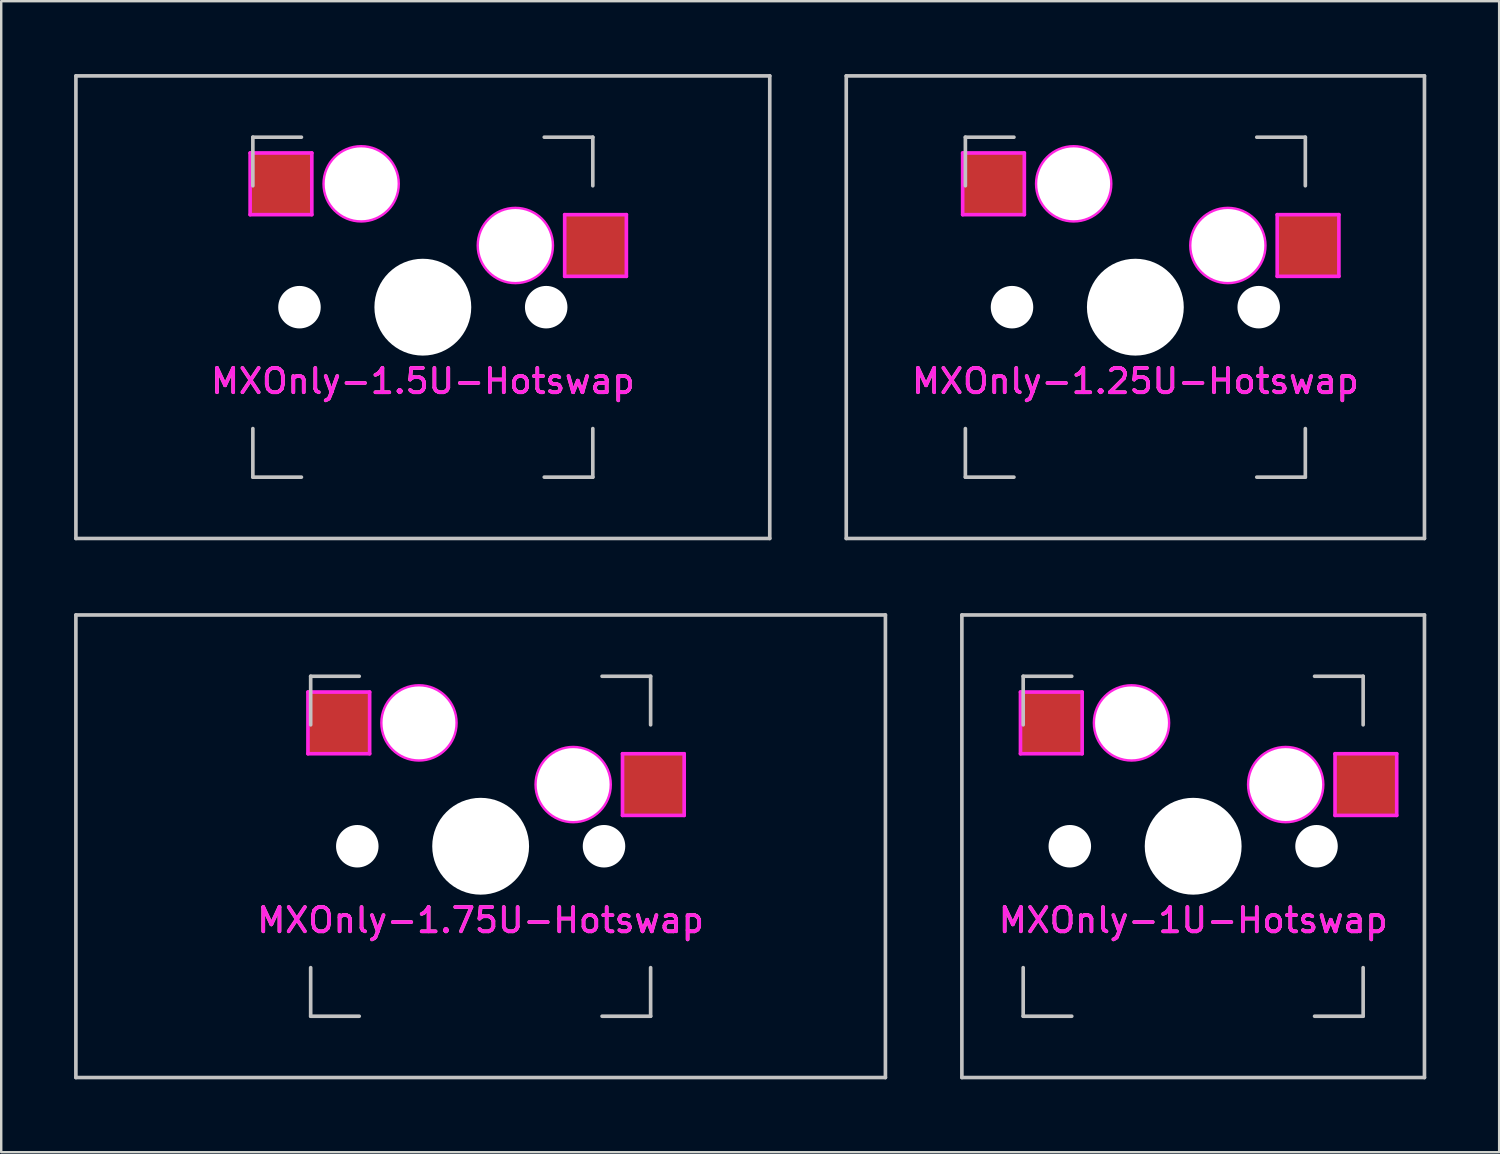
<source format=kicad_pcb>
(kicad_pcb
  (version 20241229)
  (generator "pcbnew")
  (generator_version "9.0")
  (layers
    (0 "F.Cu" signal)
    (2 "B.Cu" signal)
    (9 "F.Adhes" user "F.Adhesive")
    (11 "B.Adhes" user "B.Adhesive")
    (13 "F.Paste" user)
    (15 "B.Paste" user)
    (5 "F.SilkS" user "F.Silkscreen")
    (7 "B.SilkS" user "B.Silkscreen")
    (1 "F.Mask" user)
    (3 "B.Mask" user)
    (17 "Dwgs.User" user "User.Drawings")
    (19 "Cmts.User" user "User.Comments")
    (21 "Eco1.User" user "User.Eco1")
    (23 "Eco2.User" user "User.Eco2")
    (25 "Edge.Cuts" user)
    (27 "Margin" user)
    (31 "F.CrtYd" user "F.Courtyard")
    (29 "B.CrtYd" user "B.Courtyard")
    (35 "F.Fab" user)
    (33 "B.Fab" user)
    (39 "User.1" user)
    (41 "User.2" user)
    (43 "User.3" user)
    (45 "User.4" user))
  (footprint "MXOnly-1.5U-Hotswap"
    (layer "F.Cu")
    (at 14.363 9.6)
    (property "Reference" "MXOnly-1.5U-Hotswap" (at 0 3.048 0) (layer "F.CrtYd") (effects (font (size 1 1) (thickness 0.15))))
    (attr smd)
    (fp_line (start -14.287 -9.525) (end -14.287 9.525) (stroke (width 0.15) (type solid)) (layer "Dwgs.User"))
    (fp_line (start -14.287 9.525) (end 14.287 9.525) (stroke (width 0.15) (type solid)) (layer "Dwgs.User"))
    (fp_line (start -7 -7) (end -7 -5) (stroke (width 0.15) (type solid)) (layer "Dwgs.User"))
    (fp_line (start -7 7) (end -7 5) (stroke (width 0.15) (type solid)) (layer "Dwgs.User"))
    (fp_line (start -5 -7) (end -7 -7) (stroke (width 0.15) (type solid)) (layer "Dwgs.User"))
    (fp_line (start -5 7) (end -7 7) (stroke (width 0.15) (type solid)) (layer "Dwgs.User"))
    (fp_line (start 5 -7) (end 7 -7) (stroke (width 0.15) (type solid)) (layer "Dwgs.User"))
    (fp_line (start 7 -7) (end 7 -5) (stroke (width 0.15) (type solid)) (layer "Dwgs.User"))
    (fp_line (start 7 5) (end 7 7) (stroke (width 0.15) (type solid)) (layer "Dwgs.User"))
    (fp_line (start 7 7) (end 5 7) (stroke (width 0.15) (type solid)) (layer "Dwgs.User"))
    (fp_line (start 14.287 -9.525) (end -14.287 -9.525) (stroke (width 0.15) (type solid)) (layer "Dwgs.User"))
    (fp_line (start 14.287 9.525) (end 14.287 -9.525) (stroke (width 0.15) (type solid)) (layer "Dwgs.User"))
    (fp_line (start -7.112 -6.35) (end -7.112 -3.81) (stroke (width 0.15) (type solid)) (layer "F.CrtYd"))
    (fp_line (start -7.112 -3.81) (end -4.572 -3.81) (stroke (width 0.15) (type solid)) (layer "F.CrtYd"))
    (fp_line (start -4.572 -6.35) (end -7.112 -6.35) (stroke (width 0.15) (type solid)) (layer "F.CrtYd"))
    (fp_line (start -4.572 -3.81) (end -4.572 -6.35) (stroke (width 0.15) (type solid)) (layer "F.CrtYd"))
    (fp_line (start 5.842 -3.81) (end 5.842 -1.27) (stroke (width 0.15) (type solid)) (layer "F.CrtYd"))
    (fp_line (start 5.842 -1.27) (end 8.382 -1.27) (stroke (width 0.15) (type solid)) (layer "F.CrtYd"))
    (fp_line (start 8.382 -3.81) (end 5.842 -3.81) (stroke (width 0.15) (type solid)) (layer "F.CrtYd"))
    (fp_line (start 8.382 -1.27) (end 8.382 -3.81) (stroke (width 0.15) (type solid)) (layer "F.CrtYd"))
    (fp_circle (center -2.54 -5.08) (end -2.54 -6.604) (stroke (width 0.15) (type solid)) (fill no) (layer "F.CrtYd"))
    (fp_circle (center 3.81 -2.54) (end 3.81 -4.064) (stroke (width 0.15) (type solid)) (fill no) (layer "F.CrtYd"))
    (fp_text user "${REFERENCE}" (at 0 3.048 0) (layer "F.SilkS") (effects (font (size 1 1) (thickness 0.15))))
    (pad "" np_thru_hole circle (at -5.08 0 311.9) (size 1.75 1.75) (drill 1.75) (layers "*.Cu" "*.Mask"))
    (pad "" np_thru_hole circle (at -2.54 -5.08) (size 3 3) (drill 3) (layers "*.Cu" "*.Mask"))
    (pad "" np_thru_hole circle (at 0 0) (size 3.988 3.988) (drill 3.988) (layers "*.Cu" "*.Mask"))
    (pad "" np_thru_hole circle (at 3.81 -2.54) (size 3 3) (drill 3) (layers "*.Cu" "*.Mask"))
    (pad "" np_thru_hole circle (at 5.08 0 311.9) (size 1.75 1.75) (drill 1.75) (layers "*.Cu" "*.Mask"))
    (pad "1" smd rect (at 7.085 -2.54) (size 2.55 2.5) (layers "F.Cu" "F.Mask" "F.Paste"))
    (pad "2" smd rect (at -5.842 -5.08) (size 2.55 2.5) (layers "F.Cu" "F.Mask" "F.Paste")))
  (footprint "MXOnly-1.75U-Hotswap"
    (layer "F.Cu")
    (at 16.744 31.8)
    (property "Reference" "MXOnly-1.75U-Hotswap" (at 0 3.048 0) (layer "F.CrtYd") (effects (font (size 1 1) (thickness 0.15))))
    (attr smd)
    (fp_line (start -16.669 -9.525) (end 16.669 -9.525) (stroke (width 0.15) (type solid)) (layer "Dwgs.User"))
    (fp_line (start -16.669 9.525) (end -16.669 -9.525) (stroke (width 0.15) (type solid)) (layer "Dwgs.User"))
    (fp_line (start -7 -7) (end -7 -5) (stroke (width 0.15) (type solid)) (layer "Dwgs.User"))
    (fp_line (start -7 7) (end -7 5) (stroke (width 0.15) (type solid)) (layer "Dwgs.User"))
    (fp_line (start -5 -7) (end -7 -7) (stroke (width 0.15) (type solid)) (layer "Dwgs.User"))
    (fp_line (start -5 7) (end -7 7) (stroke (width 0.15) (type solid)) (layer "Dwgs.User"))
    (fp_line (start 5 -7) (end 7 -7) (stroke (width 0.15) (type solid)) (layer "Dwgs.User"))
    (fp_line (start 7 -7) (end 7 -5) (stroke (width 0.15) (type solid)) (layer "Dwgs.User"))
    (fp_line (start 7 5) (end 7 7) (stroke (width 0.15) (type solid)) (layer "Dwgs.User"))
    (fp_line (start 7 7) (end 5 7) (stroke (width 0.15) (type solid)) (layer "Dwgs.User"))
    (fp_line (start 16.669 -9.525) (end 16.669 9.525) (stroke (width 0.15) (type solid)) (layer "Dwgs.User"))
    (fp_line (start 16.669 9.525) (end -16.669 9.525) (stroke (width 0.15) (type solid)) (layer "Dwgs.User"))
    (fp_line (start -7.112 -6.35) (end -7.112 -3.81) (stroke (width 0.15) (type solid)) (layer "F.CrtYd"))
    (fp_line (start -7.112 -3.81) (end -4.572 -3.81) (stroke (width 0.15) (type solid)) (layer "F.CrtYd"))
    (fp_line (start -4.572 -6.35) (end -7.112 -6.35) (stroke (width 0.15) (type solid)) (layer "F.CrtYd"))
    (fp_line (start -4.572 -3.81) (end -4.572 -6.35) (stroke (width 0.15) (type solid)) (layer "F.CrtYd"))
    (fp_line (start 5.842 -3.81) (end 5.842 -1.27) (stroke (width 0.15) (type solid)) (layer "F.CrtYd"))
    (fp_line (start 5.842 -1.27) (end 8.382 -1.27) (stroke (width 0.15) (type solid)) (layer "F.CrtYd"))
    (fp_line (start 8.382 -3.81) (end 5.842 -3.81) (stroke (width 0.15) (type solid)) (layer "F.CrtYd"))
    (fp_line (start 8.382 -1.27) (end 8.382 -3.81) (stroke (width 0.15) (type solid)) (layer "F.CrtYd"))
    (fp_circle (center -2.54 -5.08) (end -2.54 -6.604) (stroke (width 0.15) (type solid)) (fill no) (layer "F.CrtYd"))
    (fp_circle (center 3.81 -2.54) (end 3.81 -4.064) (stroke (width 0.15) (type solid)) (fill no) (layer "F.CrtYd"))
    (fp_text user "${REFERENCE}" (at 0 3.048 0) (layer "F.SilkS") (effects (font (size 1 1) (thickness 0.15))))
    (pad "" np_thru_hole circle (at -5.08 0 311.9) (size 1.75 1.75) (drill 1.75) (layers "*.Cu" "*.Mask"))
    (pad "" np_thru_hole circle (at -2.54 -5.08) (size 3 3) (drill 3) (layers "*.Cu" "*.Mask"))
    (pad "" np_thru_hole circle (at 0 0) (size 3.988 3.988) (drill 3.988) (layers "*.Cu" "*.Mask"))
    (pad "" np_thru_hole circle (at 3.81 -2.54) (size 3 3) (drill 3) (layers "*.Cu" "*.Mask"))
    (pad "" np_thru_hole circle (at 5.08 0 311.9) (size 1.75 1.75) (drill 1.75) (layers "*.Cu" "*.Mask"))
    (pad "1" smd rect (at 7.085 -2.54) (size 2.55 2.5) (layers "F.Cu" "F.Mask" "F.Paste"))
    (pad "2" smd rect (at -5.842 -5.08) (size 2.55 2.5) (layers "F.Cu" "F.Mask" "F.Paste")))
  (footprint "MXOnly-1U-Hotswap"
    (layer "F.Cu")
    (at 46.087 31.8)
    (property "Reference" "MXOnly-1U-Hotswap" (at 0 3.048 0) (layer "F.CrtYd") (effects (font (size 1 1) (thickness 0.15))))
    (attr smd)
    (fp_line (start -9.525 -9.525) (end -9.525 9.525) (stroke (width 0.15) (type solid)) (layer "Dwgs.User"))
    (fp_line (start -9.525 9.525) (end 9.525 9.525) (stroke (width 0.15) (type solid)) (layer "Dwgs.User"))
    (fp_line (start -7 -7) (end -7 -5) (stroke (width 0.15) (type solid)) (layer "Dwgs.User"))
    (fp_line (start -7 7) (end -7 5) (stroke (width 0.15) (type solid)) (layer "Dwgs.User"))
    (fp_line (start -5 -7) (end -7 -7) (stroke (width 0.15) (type solid)) (layer "Dwgs.User"))
    (fp_line (start -5 7) (end -7 7) (stroke (width 0.15) (type solid)) (layer "Dwgs.User"))
    (fp_line (start 5 -7) (end 7 -7) (stroke (width 0.15) (type solid)) (layer "Dwgs.User"))
    (fp_line (start 7 -7) (end 7 -5) (stroke (width 0.15) (type solid)) (layer "Dwgs.User"))
    (fp_line (start 7 5) (end 7 7) (stroke (width 0.15) (type solid)) (layer "Dwgs.User"))
    (fp_line (start 7 7) (end 5 7) (stroke (width 0.15) (type solid)) (layer "Dwgs.User"))
    (fp_line (start 9.525 -9.525) (end -9.525 -9.525) (stroke (width 0.15) (type solid)) (layer "Dwgs.User"))
    (fp_line (start 9.525 9.525) (end 9.525 -9.525) (stroke (width 0.15) (type solid)) (layer "Dwgs.User"))
    (fp_line (start -7.112 -6.35) (end -7.112 -3.81) (stroke (width 0.15) (type solid)) (layer "F.CrtYd"))
    (fp_line (start -7.112 -3.81) (end -4.572 -3.81) (stroke (width 0.15) (type solid)) (layer "F.CrtYd"))
    (fp_line (start -4.572 -6.35) (end -7.112 -6.35) (stroke (width 0.15) (type solid)) (layer "F.CrtYd"))
    (fp_line (start -4.572 -3.81) (end -4.572 -6.35) (stroke (width 0.15) (type solid)) (layer "F.CrtYd"))
    (fp_line (start 5.842 -3.81) (end 8.382 -3.81) (stroke (width 0.15) (type solid)) (layer "F.CrtYd"))
    (fp_line (start 5.842 -1.27) (end 5.842 -3.81) (stroke (width 0.15) (type solid)) (layer "F.CrtYd"))
    (fp_line (start 8.382 -3.81) (end 8.382 -1.27) (stroke (width 0.15) (type solid)) (layer "F.CrtYd"))
    (fp_line (start 8.382 -1.27) (end 5.842 -1.27) (stroke (width 0.15) (type solid)) (layer "F.CrtYd"))
    (fp_circle (center -2.54 -5.08) (end -2.54 -6.604) (stroke (width 0.15) (type solid)) (fill no) (layer "F.CrtYd"))
    (fp_circle (center 3.81 -2.54) (end 3.81 -4.064) (stroke (width 0.15) (type solid)) (fill no) (layer "F.CrtYd"))
    (fp_text user "${REFERENCE}" (at 0 3.048 0) (layer "F.SilkS") (effects (font (size 1 1) (thickness 0.15))))
    (pad "" np_thru_hole circle (at -5.08 0 311.9) (size 1.75 1.75) (drill 1.75) (layers "*.Cu" "*.Mask"))
    (pad "" np_thru_hole circle (at -2.54 -5.08) (size 3 3) (drill 3) (layers "*.Cu" "*.Mask"))
    (pad "" np_thru_hole circle (at 0 0) (size 3.988 3.988) (drill 3.988) (layers "*.Cu" "*.Mask"))
    (pad "" np_thru_hole circle (at 3.81 -2.54) (size 3 3) (drill 3) (layers "*.Cu" "*.Mask"))
    (pad "" np_thru_hole circle (at 5.08 0 311.9) (size 1.75 1.75) (drill 1.75) (layers "*.Cu" "*.Mask"))
    (pad "1" smd rect (at 7.085 -2.54) (size 2.55 2.5) (layers "F.Cu" "F.Mask" "F.Paste"))
    (pad "2" smd rect (at -5.842 -5.08) (size 2.55 2.5) (layers "F.Cu" "F.Mask" "F.Paste")))
  (footprint "MXOnly-1.25U-Hotswap"
    (layer "F.Cu")
    (at 43.706 9.6)
    (property "Reference" "MXOnly-1.25U-Hotswap" (at 0 3.048 0) (layer "F.CrtYd") (effects (font (size 1 1) (thickness 0.15))))
    (attr smd)
    (fp_line (start -11.906 -9.525) (end -11.906 9.525) (stroke (width 0.15) (type solid)) (layer "Dwgs.User"))
    (fp_line (start -11.906 9.525) (end 11.906 9.525) (stroke (width 0.15) (type solid)) (layer "Dwgs.User"))
    (fp_line (start -7 -7) (end -7 -5) (stroke (width 0.15) (type solid)) (layer "Dwgs.User"))
    (fp_line (start -7 7) (end -7 5) (stroke (width 0.15) (type solid)) (layer "Dwgs.User"))
    (fp_line (start -5 -7) (end -7 -7) (stroke (width 0.15) (type solid)) (layer "Dwgs.User"))
    (fp_line (start -5 7) (end -7 7) (stroke (width 0.15) (type solid)) (layer "Dwgs.User"))
    (fp_line (start 5 -7) (end 7 -7) (stroke (width 0.15) (type solid)) (layer "Dwgs.User"))
    (fp_line (start 7 -7) (end 7 -5) (stroke (width 0.15) (type solid)) (layer "Dwgs.User"))
    (fp_line (start 7 5) (end 7 7) (stroke (width 0.15) (type solid)) (layer "Dwgs.User"))
    (fp_line (start 7 7) (end 5 7) (stroke (width 0.15) (type solid)) (layer "Dwgs.User"))
    (fp_line (start 11.906 -9.525) (end -11.906 -9.525) (stroke (width 0.15) (type solid)) (layer "Dwgs.User"))
    (fp_line (start 11.906 9.525) (end 11.906 -9.525) (stroke (width 0.15) (type solid)) (layer "Dwgs.User"))
    (fp_line (start -7.112 -6.35) (end -7.112 -3.81) (stroke (width 0.15) (type solid)) (layer "F.CrtYd"))
    (fp_line (start -7.112 -3.81) (end -4.572 -3.81) (stroke (width 0.15) (type solid)) (layer "F.CrtYd"))
    (fp_line (start -4.572 -6.35) (end -7.112 -6.35) (stroke (width 0.15) (type solid)) (layer "F.CrtYd"))
    (fp_line (start -4.572 -3.81) (end -4.572 -6.35) (stroke (width 0.15) (type solid)) (layer "F.CrtYd"))
    (fp_line (start 5.842 -3.81) (end 5.842 -1.27) (stroke (width 0.15) (type solid)) (layer "F.CrtYd"))
    (fp_line (start 5.842 -1.27) (end 8.382 -1.27) (stroke (width 0.15) (type solid)) (layer "F.CrtYd"))
    (fp_line (start 8.382 -3.81) (end 5.842 -3.81) (stroke (width 0.15) (type solid)) (layer "F.CrtYd"))
    (fp_line (start 8.382 -1.27) (end 8.382 -3.81) (stroke (width 0.15) (type solid)) (layer "F.CrtYd"))
    (fp_circle (center -2.54 -5.08) (end -2.54 -6.604) (stroke (width 0.15) (type solid)) (fill no) (layer "F.CrtYd"))
    (fp_circle (center 3.81 -2.54) (end 3.81 -4.064) (stroke (width 0.15) (type solid)) (fill no) (layer "F.CrtYd"))
    (fp_text user "${REFERENCE}" (at 0 3.048 0) (layer "F.SilkS") (effects (font (size 1 1) (thickness 0.15))))
    (pad "" np_thru_hole circle (at -5.08 0 311.9) (size 1.75 1.75) (drill 1.75) (layers "*.Cu" "*.Mask"))
    (pad "" np_thru_hole circle (at -2.54 -5.08) (size 3 3) (drill 3) (layers "*.Cu" "*.Mask"))
    (pad "" np_thru_hole circle (at 0 0) (size 3.988 3.988) (drill 3.988) (layers "*.Cu" "*.Mask"))
    (pad "" np_thru_hole circle (at 3.81 -2.54) (size 3 3) (drill 3) (layers "*.Cu" "*.Mask"))
    (pad "" np_thru_hole circle (at 5.08 0 311.9) (size 1.75 1.75) (drill 1.75) (layers "*.Cu" "*.Mask"))
    (pad "1" smd rect (at 7.085 -2.54) (size 2.55 2.5) (layers "F.Cu" "F.Mask" "F.Paste"))
    (pad "2" smd rect (at -5.842 -5.08) (size 2.55 2.5) (layers "F.Cu" "F.Mask" "F.Paste")))
  (gr_rect
    (start -3 -3)
    (end 58.688 44.4)
    (stroke (width 0.1) (type default))
    (fill no)
    (layer "Edge.Cuts")))
</source>
